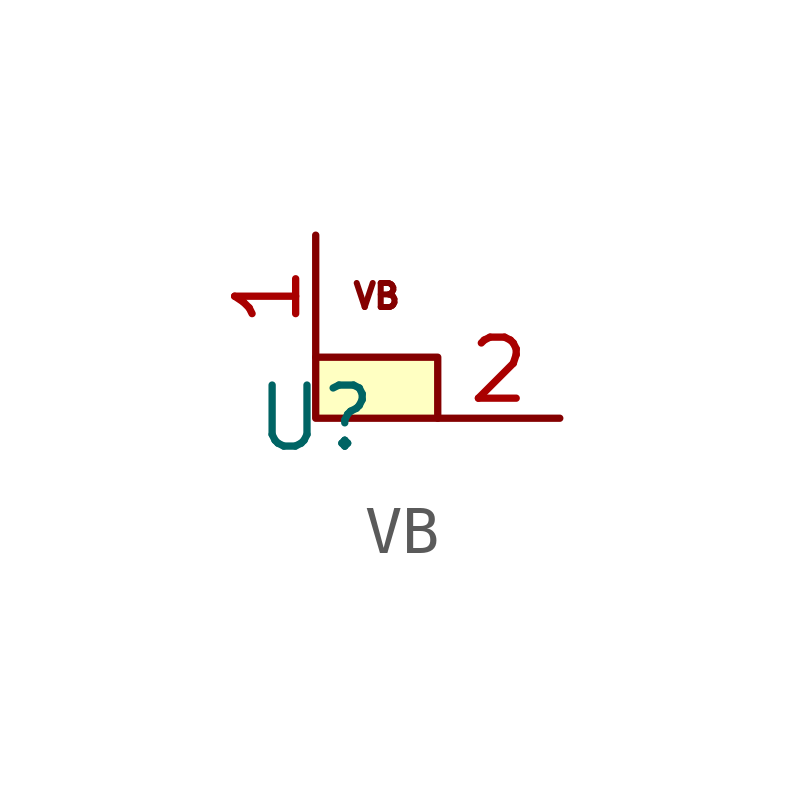
<source format=kicad_sym>
(kicad_symbol_lib
  (version 20220914)
  (generator kicad_symbol_editor)
  (symbol "VB"
    (property "Reference" "U"
      (at 0 0 0)
      (effects (font (size 1.27 1.27))))
    (property "Value" ""
      (at 0 0 0)
      (effects (font (size 1.27 1.27))))
    (symbol "VB_1_1"
      (rectangle (start 0 1.27) (end 2.54 0) (stroke (width 0) (type default)) (fill (type background)))
      (text "VB" (at 1.27 2.54 0) (effects (font (size 0.5 0.5))))
      (pin power_in line (at 0 3.81 270) (length 2.54) (name "" (effects (font (size 1.27 1.27)))) (number "1" (effects (font (size 1.27 1.27)))))
      (pin power_out line (at 5.08 0 180) (length 2.54) (name "" (effects (font (size 1.27 1.27)))) (number "2" (effects (font (size 1.27 1.27))))))))
</source>
